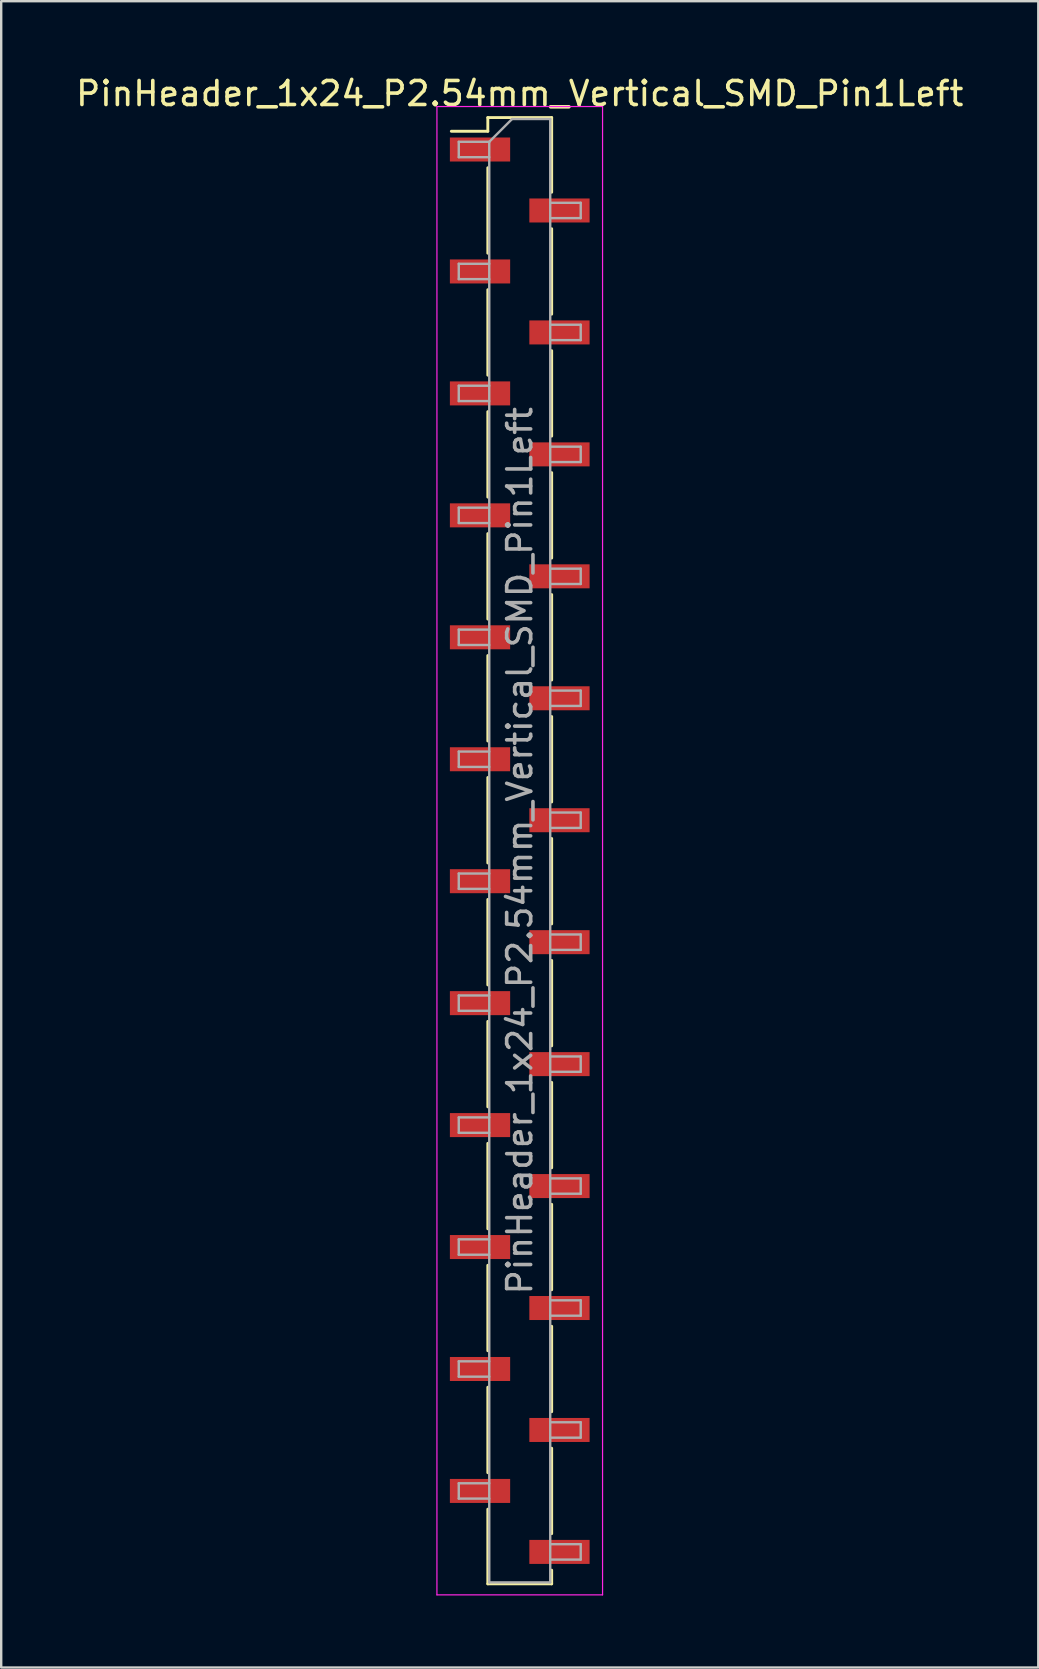
<source format=kicad_pcb>
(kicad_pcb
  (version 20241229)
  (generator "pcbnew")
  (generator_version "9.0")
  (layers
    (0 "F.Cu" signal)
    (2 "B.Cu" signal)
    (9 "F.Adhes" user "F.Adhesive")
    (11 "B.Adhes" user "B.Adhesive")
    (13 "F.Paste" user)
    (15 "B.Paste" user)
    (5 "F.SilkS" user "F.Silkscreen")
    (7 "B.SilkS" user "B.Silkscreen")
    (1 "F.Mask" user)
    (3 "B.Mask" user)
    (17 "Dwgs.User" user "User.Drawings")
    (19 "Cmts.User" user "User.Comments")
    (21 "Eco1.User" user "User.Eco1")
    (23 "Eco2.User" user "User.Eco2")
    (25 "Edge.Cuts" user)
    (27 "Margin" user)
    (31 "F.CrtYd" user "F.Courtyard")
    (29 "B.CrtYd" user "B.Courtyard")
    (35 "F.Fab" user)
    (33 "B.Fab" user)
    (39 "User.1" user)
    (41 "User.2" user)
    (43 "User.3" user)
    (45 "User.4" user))
  (footprint "PinHeader_1x24_P2.54mm_Vertical_SMD_Pin1Left"
    (layer "F.Cu")
    (at 18.601 32.388)
    (property "Reference" "PinHeader_1x24_P2.54mm_Vertical_SMD_Pin1Left" (at 0 -31.54 0) (layer "F.SilkS") (effects (font (size 1 1) (thickness 0.15))))
    (attr smd)
    (fp_line (start -1.33 -30.54) (end -1.33 -29.97) (stroke (width 0.12) (type solid)) (layer "F.SilkS"))
    (fp_line (start -1.33 -30.54) (end 1.33 -30.54) (stroke (width 0.12) (type solid)) (layer "F.SilkS"))
    (fp_line (start -1.33 -29.97) (end -2.85 -29.97) (stroke (width 0.12) (type solid)) (layer "F.SilkS"))
    (fp_line (start -1.33 -28.45) (end -1.33 -24.89) (stroke (width 0.12) (type solid)) (layer "F.SilkS"))
    (fp_line (start -1.33 -23.37) (end -1.33 -19.81) (stroke (width 0.12) (type solid)) (layer "F.SilkS"))
    (fp_line (start -1.33 -18.29) (end -1.33 -14.73) (stroke (width 0.12) (type solid)) (layer "F.SilkS"))
    (fp_line (start -1.33 -13.21) (end -1.33 -9.65) (stroke (width 0.12) (type solid)) (layer "F.SilkS"))
    (fp_line (start -1.33 -8.13) (end -1.33 -4.57) (stroke (width 0.12) (type solid)) (layer "F.SilkS"))
    (fp_line (start -1.33 -3.05) (end -1.33 0.51) (stroke (width 0.12) (type solid)) (layer "F.SilkS"))
    (fp_line (start -1.33 2.03) (end -1.33 5.59) (stroke (width 0.12) (type solid)) (layer "F.SilkS"))
    (fp_line (start -1.33 7.11) (end -1.33 10.67) (stroke (width 0.12) (type solid)) (layer "F.SilkS"))
    (fp_line (start -1.33 12.19) (end -1.33 15.75) (stroke (width 0.12) (type solid)) (layer "F.SilkS"))
    (fp_line (start -1.33 17.27) (end -1.33 20.83) (stroke (width 0.12) (type solid)) (layer "F.SilkS"))
    (fp_line (start -1.33 22.35) (end -1.33 25.91) (stroke (width 0.12) (type solid)) (layer "F.SilkS"))
    (fp_line (start -1.33 27.43) (end -1.33 30.54) (stroke (width 0.12) (type solid)) (layer "F.SilkS"))
    (fp_line (start -1.33 30.54) (end 1.33 30.54) (stroke (width 0.12) (type solid)) (layer "F.SilkS"))
    (fp_line (start 1.33 -30.54) (end 1.33 -27.43) (stroke (width 0.12) (type solid)) (layer "F.SilkS"))
    (fp_line (start 1.33 -25.91) (end 1.33 -22.35) (stroke (width 0.12) (type solid)) (layer "F.SilkS"))
    (fp_line (start 1.33 -20.83) (end 1.33 -17.27) (stroke (width 0.12) (type solid)) (layer "F.SilkS"))
    (fp_line (start 1.33 -15.75) (end 1.33 -12.19) (stroke (width 0.12) (type solid)) (layer "F.SilkS"))
    (fp_line (start 1.33 -10.67) (end 1.33 -7.11) (stroke (width 0.12) (type solid)) (layer "F.SilkS"))
    (fp_line (start 1.33 -5.59) (end 1.33 -2.03) (stroke (width 0.12) (type solid)) (layer "F.SilkS"))
    (fp_line (start 1.33 -0.51) (end 1.33 3.05) (stroke (width 0.12) (type solid)) (layer "F.SilkS"))
    (fp_line (start 1.33 4.57) (end 1.33 8.13) (stroke (width 0.12) (type solid)) (layer "F.SilkS"))
    (fp_line (start 1.33 9.65) (end 1.33 13.21) (stroke (width 0.12) (type solid)) (layer "F.SilkS"))
    (fp_line (start 1.33 14.73) (end 1.33 18.29) (stroke (width 0.12) (type solid)) (layer "F.SilkS"))
    (fp_line (start 1.33 19.81) (end 1.33 23.37) (stroke (width 0.12) (type solid)) (layer "F.SilkS"))
    (fp_line (start 1.33 24.89) (end 1.33 28.45) (stroke (width 0.12) (type solid)) (layer "F.SilkS"))
    (fp_line (start 1.33 29.97) (end 1.33 30.54) (stroke (width 0.12) (type solid)) (layer "F.SilkS"))
    (fp_line (start -3.45 -31) (end -3.45 31) (stroke (width 0.05) (type solid)) (layer "F.CrtYd"))
    (fp_line (start -3.45 31) (end 3.45 31) (stroke (width 0.05) (type solid)) (layer "F.CrtYd"))
    (fp_line (start 3.45 -31) (end -3.45 -31) (stroke (width 0.05) (type solid)) (layer "F.CrtYd"))
    (fp_line (start 3.45 31) (end 3.45 -31) (stroke (width 0.05) (type solid)) (layer "F.CrtYd"))
    (fp_line (start -2.54 -29.53) (end -2.54 -28.89) (stroke (width 0.1) (type solid)) (layer "F.Fab"))
    (fp_line (start -2.54 -28.89) (end -1.27 -28.89) (stroke (width 0.1) (type solid)) (layer "F.Fab"))
    (fp_line (start -2.54 -24.45) (end -2.54 -23.81) (stroke (width 0.1) (type solid)) (layer "F.Fab"))
    (fp_line (start -2.54 -23.81) (end -1.27 -23.81) (stroke (width 0.1) (type solid)) (layer "F.Fab"))
    (fp_line (start -2.54 -19.37) (end -2.54 -18.73) (stroke (width 0.1) (type solid)) (layer "F.Fab"))
    (fp_line (start -2.54 -18.73) (end -1.27 -18.73) (stroke (width 0.1) (type solid)) (layer "F.Fab"))
    (fp_line (start -2.54 -14.29) (end -2.54 -13.65) (stroke (width 0.1) (type solid)) (layer "F.Fab"))
    (fp_line (start -2.54 -13.65) (end -1.27 -13.65) (stroke (width 0.1) (type solid)) (layer "F.Fab"))
    (fp_line (start -2.54 -9.21) (end -2.54 -8.57) (stroke (width 0.1) (type solid)) (layer "F.Fab"))
    (fp_line (start -2.54 -8.57) (end -1.27 -8.57) (stroke (width 0.1) (type solid)) (layer "F.Fab"))
    (fp_line (start -2.54 -4.13) (end -2.54 -3.49) (stroke (width 0.1) (type solid)) (layer "F.Fab"))
    (fp_line (start -2.54 -3.49) (end -1.27 -3.49) (stroke (width 0.1) (type solid)) (layer "F.Fab"))
    (fp_line (start -2.54 0.95) (end -2.54 1.59) (stroke (width 0.1) (type solid)) (layer "F.Fab"))
    (fp_line (start -2.54 1.59) (end -1.27 1.59) (stroke (width 0.1) (type solid)) (layer "F.Fab"))
    (fp_line (start -2.54 6.03) (end -2.54 6.67) (stroke (width 0.1) (type solid)) (layer "F.Fab"))
    (fp_line (start -2.54 6.67) (end -1.27 6.67) (stroke (width 0.1) (type solid)) (layer "F.Fab"))
    (fp_line (start -2.54 11.11) (end -2.54 11.75) (stroke (width 0.1) (type solid)) (layer "F.Fab"))
    (fp_line (start -2.54 11.75) (end -1.27 11.75) (stroke (width 0.1) (type solid)) (layer "F.Fab"))
    (fp_line (start -2.54 16.19) (end -2.54 16.83) (stroke (width 0.1) (type solid)) (layer "F.Fab"))
    (fp_line (start -2.54 16.83) (end -1.27 16.83) (stroke (width 0.1) (type solid)) (layer "F.Fab"))
    (fp_line (start -2.54 21.27) (end -2.54 21.91) (stroke (width 0.1) (type solid)) (layer "F.Fab"))
    (fp_line (start -2.54 21.91) (end -1.27 21.91) (stroke (width 0.1) (type solid)) (layer "F.Fab"))
    (fp_line (start -2.54 26.35) (end -2.54 26.99) (stroke (width 0.1) (type solid)) (layer "F.Fab"))
    (fp_line (start -2.54 26.99) (end -1.27 26.99) (stroke (width 0.1) (type solid)) (layer "F.Fab"))
    (fp_line (start -1.27 -29.53) (end -2.54 -29.53) (stroke (width 0.1) (type solid)) (layer "F.Fab"))
    (fp_line (start -1.27 -29.53) (end -0.32 -30.48) (stroke (width 0.1) (type solid)) (layer "F.Fab"))
    (fp_line (start -1.27 -24.45) (end -2.54 -24.45) (stroke (width 0.1) (type solid)) (layer "F.Fab"))
    (fp_line (start -1.27 -19.37) (end -2.54 -19.37) (stroke (width 0.1) (type solid)) (layer "F.Fab"))
    (fp_line (start -1.27 -14.29) (end -2.54 -14.29) (stroke (width 0.1) (type solid)) (layer "F.Fab"))
    (fp_line (start -1.27 -9.21) (end -2.54 -9.21) (stroke (width 0.1) (type solid)) (layer "F.Fab"))
    (fp_line (start -1.27 -4.13) (end -2.54 -4.13) (stroke (width 0.1) (type solid)) (layer "F.Fab"))
    (fp_line (start -1.27 0.95) (end -2.54 0.95) (stroke (width 0.1) (type solid)) (layer "F.Fab"))
    (fp_line (start -1.27 6.03) (end -2.54 6.03) (stroke (width 0.1) (type solid)) (layer "F.Fab"))
    (fp_line (start -1.27 11.11) (end -2.54 11.11) (stroke (width 0.1) (type solid)) (layer "F.Fab"))
    (fp_line (start -1.27 16.19) (end -2.54 16.19) (stroke (width 0.1) (type solid)) (layer "F.Fab"))
    (fp_line (start -1.27 21.27) (end -2.54 21.27) (stroke (width 0.1) (type solid)) (layer "F.Fab"))
    (fp_line (start -1.27 26.35) (end -2.54 26.35) (stroke (width 0.1) (type solid)) (layer "F.Fab"))
    (fp_line (start -1.27 30.48) (end -1.27 -29.53) (stroke (width 0.1) (type solid)) (layer "F.Fab"))
    (fp_line (start -0.32 -30.48) (end 1.27 -30.48) (stroke (width 0.1) (type solid)) (layer "F.Fab"))
    (fp_line (start 1.27 -30.48) (end 1.27 30.48) (stroke (width 0.1) (type solid)) (layer "F.Fab"))
    (fp_line (start 1.27 -26.99) (end 2.54 -26.99) (stroke (width 0.1) (type solid)) (layer "F.Fab"))
    (fp_line (start 1.27 -21.91) (end 2.54 -21.91) (stroke (width 0.1) (type solid)) (layer "F.Fab"))
    (fp_line (start 1.27 -16.83) (end 2.54 -16.83) (stroke (width 0.1) (type solid)) (layer "F.Fab"))
    (fp_line (start 1.27 -11.75) (end 2.54 -11.75) (stroke (width 0.1) (type solid)) (layer "F.Fab"))
    (fp_line (start 1.27 -6.67) (end 2.54 -6.67) (stroke (width 0.1) (type solid)) (layer "F.Fab"))
    (fp_line (start 1.27 -1.59) (end 2.54 -1.59) (stroke (width 0.1) (type solid)) (layer "F.Fab"))
    (fp_line (start 1.27 3.49) (end 2.54 3.49) (stroke (width 0.1) (type solid)) (layer "F.Fab"))
    (fp_line (start 1.27 8.57) (end 2.54 8.57) (stroke (width 0.1) (type solid)) (layer "F.Fab"))
    (fp_line (start 1.27 13.65) (end 2.54 13.65) (stroke (width 0.1) (type solid)) (layer "F.Fab"))
    (fp_line (start 1.27 18.73) (end 2.54 18.73) (stroke (width 0.1) (type solid)) (layer "F.Fab"))
    (fp_line (start 1.27 23.81) (end 2.54 23.81) (stroke (width 0.1) (type solid)) (layer "F.Fab"))
    (fp_line (start 1.27 28.89) (end 2.54 28.89) (stroke (width 0.1) (type solid)) (layer "F.Fab"))
    (fp_line (start 1.27 30.48) (end -1.27 30.48) (stroke (width 0.1) (type solid)) (layer "F.Fab"))
    (fp_line (start 2.54 -26.99) (end 2.54 -26.35) (stroke (width 0.1) (type solid)) (layer "F.Fab"))
    (fp_line (start 2.54 -26.35) (end 1.27 -26.35) (stroke (width 0.1) (type solid)) (layer "F.Fab"))
    (fp_line (start 2.54 -21.91) (end 2.54 -21.27) (stroke (width 0.1) (type solid)) (layer "F.Fab"))
    (fp_line (start 2.54 -21.27) (end 1.27 -21.27) (stroke (width 0.1) (type solid)) (layer "F.Fab"))
    (fp_line (start 2.54 -16.83) (end 2.54 -16.19) (stroke (width 0.1) (type solid)) (layer "F.Fab"))
    (fp_line (start 2.54 -16.19) (end 1.27 -16.19) (stroke (width 0.1) (type solid)) (layer "F.Fab"))
    (fp_line (start 2.54 -11.75) (end 2.54 -11.11) (stroke (width 0.1) (type solid)) (layer "F.Fab"))
    (fp_line (start 2.54 -11.11) (end 1.27 -11.11) (stroke (width 0.1) (type solid)) (layer "F.Fab"))
    (fp_line (start 2.54 -6.67) (end 2.54 -6.03) (stroke (width 0.1) (type solid)) (layer "F.Fab"))
    (fp_line (start 2.54 -6.03) (end 1.27 -6.03) (stroke (width 0.1) (type solid)) (layer "F.Fab"))
    (fp_line (start 2.54 -1.59) (end 2.54 -0.95) (stroke (width 0.1) (type solid)) (layer "F.Fab"))
    (fp_line (start 2.54 -0.95) (end 1.27 -0.95) (stroke (width 0.1) (type solid)) (layer "F.Fab"))
    (fp_line (start 2.54 3.49) (end 2.54 4.13) (stroke (width 0.1) (type solid)) (layer "F.Fab"))
    (fp_line (start 2.54 4.13) (end 1.27 4.13) (stroke (width 0.1) (type solid)) (layer "F.Fab"))
    (fp_line (start 2.54 8.57) (end 2.54 9.21) (stroke (width 0.1) (type solid)) (layer "F.Fab"))
    (fp_line (start 2.54 9.21) (end 1.27 9.21) (stroke (width 0.1) (type solid)) (layer "F.Fab"))
    (fp_line (start 2.54 13.65) (end 2.54 14.29) (stroke (width 0.1) (type solid)) (layer "F.Fab"))
    (fp_line (start 2.54 14.29) (end 1.27 14.29) (stroke (width 0.1) (type solid)) (layer "F.Fab"))
    (fp_line (start 2.54 18.73) (end 2.54 19.37) (stroke (width 0.1) (type solid)) (layer "F.Fab"))
    (fp_line (start 2.54 19.37) (end 1.27 19.37) (stroke (width 0.1) (type solid)) (layer "F.Fab"))
    (fp_line (start 2.54 23.81) (end 2.54 24.45) (stroke (width 0.1) (type solid)) (layer "F.Fab"))
    (fp_line (start 2.54 24.45) (end 1.27 24.45) (stroke (width 0.1) (type solid)) (layer "F.Fab"))
    (fp_line (start 2.54 28.89) (end 2.54 29.53) (stroke (width 0.1) (type solid)) (layer "F.Fab"))
    (fp_line (start 2.54 29.53) (end 1.27 29.53) (stroke (width 0.1) (type solid)) (layer "F.Fab"))
    (fp_text user "${REFERENCE}" (at 0 0 90) (layer "F.Fab") (effects (font (size 1 1) (thickness 0.15))))
    (pad "1" smd rect (at -1.655 -29.21) (size 2.51 1) (layers "F.Cu" "F.Mask" "F.Paste"))
    (pad "2" smd rect (at 1.655 -26.67) (size 2.51 1) (layers "F.Cu" "F.Mask" "F.Paste"))
    (pad "3" smd rect (at -1.655 -24.13) (size 2.51 1) (layers "F.Cu" "F.Mask" "F.Paste"))
    (pad "4" smd rect (at 1.655 -21.59) (size 2.51 1) (layers "F.Cu" "F.Mask" "F.Paste"))
    (pad "5" smd rect (at -1.655 -19.05) (size 2.51 1) (layers "F.Cu" "F.Mask" "F.Paste"))
    (pad "6" smd rect (at 1.655 -16.51) (size 2.51 1) (layers "F.Cu" "F.Mask" "F.Paste"))
    (pad "7" smd rect (at -1.655 -13.97) (size 2.51 1) (layers "F.Cu" "F.Mask" "F.Paste"))
    (pad "8" smd rect (at 1.655 -11.43) (size 2.51 1) (layers "F.Cu" "F.Mask" "F.Paste"))
    (pad "9" smd rect (at -1.655 -8.89) (size 2.51 1) (layers "F.Cu" "F.Mask" "F.Paste"))
    (pad "10" smd rect (at 1.655 -6.35) (size 2.51 1) (layers "F.Cu" "F.Mask" "F.Paste"))
    (pad "11" smd rect (at -1.655 -3.81) (size 2.51 1) (layers "F.Cu" "F.Mask" "F.Paste"))
    (pad "12" smd rect (at 1.655 -1.27) (size 2.51 1) (layers "F.Cu" "F.Mask" "F.Paste"))
    (pad "13" smd rect (at -1.655 1.27) (size 2.51 1) (layers "F.Cu" "F.Mask" "F.Paste"))
    (pad "14" smd rect (at 1.655 3.81) (size 2.51 1) (layers "F.Cu" "F.Mask" "F.Paste"))
    (pad "15" smd rect (at -1.655 6.35) (size 2.51 1) (layers "F.Cu" "F.Mask" "F.Paste"))
    (pad "16" smd rect (at 1.655 8.89) (size 2.51 1) (layers "F.Cu" "F.Mask" "F.Paste"))
    (pad "17" smd rect (at -1.655 11.43) (size 2.51 1) (layers "F.Cu" "F.Mask" "F.Paste"))
    (pad "18" smd rect (at 1.655 13.97) (size 2.51 1) (layers "F.Cu" "F.Mask" "F.Paste"))
    (pad "19" smd rect (at -1.655 16.51) (size 2.51 1) (layers "F.Cu" "F.Mask" "F.Paste"))
    (pad "20" smd rect (at 1.655 19.05) (size 2.51 1) (layers "F.Cu" "F.Mask" "F.Paste"))
    (pad "21" smd rect (at -1.655 21.59) (size 2.51 1) (layers "F.Cu" "F.Mask" "F.Paste"))
    (pad "22" smd rect (at 1.655 24.13) (size 2.51 1) (layers "F.Cu" "F.Mask" "F.Paste"))
    (pad "23" smd rect (at -1.655 26.67) (size 2.51 1) (layers "F.Cu" "F.Mask" "F.Paste"))
    (pad "24" smd rect (at 1.655 29.21) (size 2.51 1) (layers "F.Cu" "F.Mask" "F.Paste")))
  (gr_rect
    (start -3 -3)
    (end 40.202 66.413)
    (stroke (width 0.1) (type default))
    (fill no)
    (layer "Edge.Cuts")))
</source>
